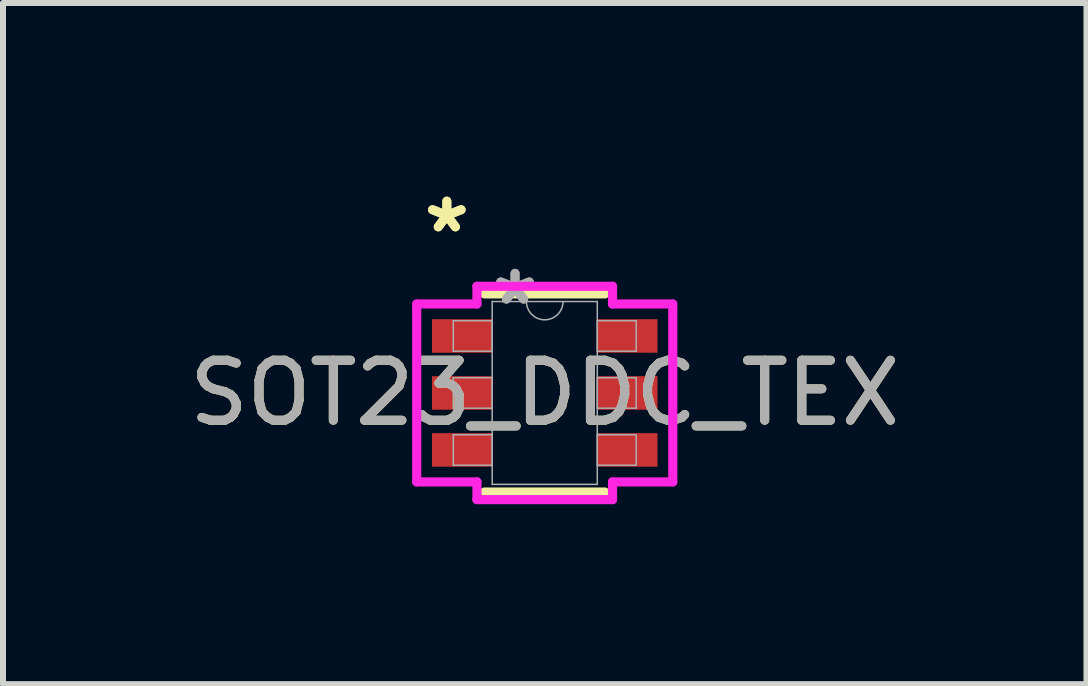
<source format=kicad_pcb>
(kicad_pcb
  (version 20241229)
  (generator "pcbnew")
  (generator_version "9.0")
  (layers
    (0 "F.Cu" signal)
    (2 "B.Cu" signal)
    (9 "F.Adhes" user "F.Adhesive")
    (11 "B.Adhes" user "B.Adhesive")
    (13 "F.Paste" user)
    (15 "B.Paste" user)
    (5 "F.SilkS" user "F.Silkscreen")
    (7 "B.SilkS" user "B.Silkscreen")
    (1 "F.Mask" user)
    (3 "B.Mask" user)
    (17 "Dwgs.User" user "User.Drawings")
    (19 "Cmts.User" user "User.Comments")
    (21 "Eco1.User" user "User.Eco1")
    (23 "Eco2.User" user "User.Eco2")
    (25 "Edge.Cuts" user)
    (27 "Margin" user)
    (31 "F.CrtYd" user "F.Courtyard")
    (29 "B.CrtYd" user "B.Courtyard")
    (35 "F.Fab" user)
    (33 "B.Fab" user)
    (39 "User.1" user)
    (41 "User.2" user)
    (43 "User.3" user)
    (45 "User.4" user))
  (footprint "SOT23_DDC_TEX"
    (layer "F.Cu")
    (at 6.03 3.5)
    (property "Reference" "SOT23_DDC_TEX" (at 0 0 0) (unlocked yes) (layer "F.SilkS") (effects (font (size 1 1) (thickness 0.15))))
    (attr smd)
    (fp_line (start -1.003 1.651) (end 1.003 1.651) (stroke (width 0.152) (type solid)) (layer "F.SilkS"))
    (fp_line (start 1.003 -1.651) (end -1.003 -1.651) (stroke (width 0.152) (type solid)) (layer "F.SilkS"))
    (fp_line (start -2.134 -1.483) (end -1.13 -1.483) (stroke (width 0.152) (type solid)) (layer "F.CrtYd"))
    (fp_line (start -2.134 1.483) (end -2.134 -1.483) (stroke (width 0.152) (type solid)) (layer "F.CrtYd"))
    (fp_line (start -2.134 1.483) (end -1.13 1.483) (stroke (width 0.152) (type solid)) (layer "F.CrtYd"))
    (fp_line (start -1.13 -1.778) (end 1.13 -1.778) (stroke (width 0.152) (type solid)) (layer "F.CrtYd"))
    (fp_line (start -1.13 -1.483) (end -1.13 -1.778) (stroke (width 0.152) (type solid)) (layer "F.CrtYd"))
    (fp_line (start -1.13 1.778) (end -1.13 1.483) (stroke (width 0.152) (type solid)) (layer "F.CrtYd"))
    (fp_line (start 1.13 -1.778) (end 1.13 -1.483) (stroke (width 0.152) (type solid)) (layer "F.CrtYd"))
    (fp_line (start 1.13 1.483) (end 1.13 1.778) (stroke (width 0.152) (type solid)) (layer "F.CrtYd"))
    (fp_line (start 1.13 1.778) (end -1.13 1.778) (stroke (width 0.152) (type solid)) (layer "F.CrtYd"))
    (fp_line (start 2.134 -1.483) (end 1.13 -1.483) (stroke (width 0.152) (type solid)) (layer "F.CrtYd"))
    (fp_line (start 2.134 -1.483) (end 2.134 1.483) (stroke (width 0.152) (type solid)) (layer "F.CrtYd"))
    (fp_line (start 2.134 1.483) (end 1.13 1.483) (stroke (width 0.152) (type solid)) (layer "F.CrtYd"))
    (fp_line (start -1.524 -1.204) (end -1.524 -0.696) (stroke (width 0.025) (type solid)) (layer "F.Fab"))
    (fp_line (start -1.524 -0.696) (end -0.876 -0.696) (stroke (width 0.025) (type solid)) (layer "F.Fab"))
    (fp_line (start -1.524 -0.254) (end -1.524 0.254) (stroke (width 0.025) (type solid)) (layer "F.Fab"))
    (fp_line (start -1.524 0.254) (end -0.876 0.254) (stroke (width 0.025) (type solid)) (layer "F.Fab"))
    (fp_line (start -1.524 0.696) (end -1.524 1.204) (stroke (width 0.025) (type solid)) (layer "F.Fab"))
    (fp_line (start -1.524 1.204) (end -0.876 1.204) (stroke (width 0.025) (type solid)) (layer "F.Fab"))
    (fp_line (start -0.876 -1.524) (end -0.876 1.524) (stroke (width 0.025) (type solid)) (layer "F.Fab"))
    (fp_line (start -0.876 -1.204) (end -1.524 -1.204) (stroke (width 0.025) (type solid)) (layer "F.Fab"))
    (fp_line (start -0.876 -0.696) (end -0.876 -1.204) (stroke (width 0.025) (type solid)) (layer "F.Fab"))
    (fp_line (start -0.876 -0.254) (end -1.524 -0.254) (stroke (width 0.025) (type solid)) (layer "F.Fab"))
    (fp_line (start -0.876 0.254) (end -0.876 -0.254) (stroke (width 0.025) (type solid)) (layer "F.Fab"))
    (fp_line (start -0.876 0.696) (end -1.524 0.696) (stroke (width 0.025) (type solid)) (layer "F.Fab"))
    (fp_line (start -0.876 1.204) (end -0.876 0.696) (stroke (width 0.025) (type solid)) (layer "F.Fab"))
    (fp_line (start -0.876 1.524) (end 0.876 1.524) (stroke (width 0.025) (type solid)) (layer "F.Fab"))
    (fp_line (start 0.876 -1.524) (end -0.876 -1.524) (stroke (width 0.025) (type solid)) (layer "F.Fab"))
    (fp_line (start 0.876 -1.204) (end 0.876 -0.696) (stroke (width 0.025) (type solid)) (layer "F.Fab"))
    (fp_line (start 0.876 -0.696) (end 1.524 -0.696) (stroke (width 0.025) (type solid)) (layer "F.Fab"))
    (fp_line (start 0.876 -0.254) (end 0.876 0.254) (stroke (width 0.025) (type solid)) (layer "F.Fab"))
    (fp_line (start 0.876 0.254) (end 1.524 0.254) (stroke (width 0.025) (type solid)) (layer "F.Fab"))
    (fp_line (start 0.876 0.696) (end 0.876 1.204) (stroke (width 0.025) (type solid)) (layer "F.Fab"))
    (fp_line (start 0.876 1.204) (end 1.524 1.204) (stroke (width 0.025) (type solid)) (layer "F.Fab"))
    (fp_line (start 0.876 1.524) (end 0.876 -1.524) (stroke (width 0.025) (type solid)) (layer "F.Fab"))
    (fp_line (start 1.524 -1.204) (end 0.876 -1.204) (stroke (width 0.025) (type solid)) (layer "F.Fab"))
    (fp_line (start 1.524 -0.696) (end 1.524 -1.204) (stroke (width 0.025) (type solid)) (layer "F.Fab"))
    (fp_line (start 1.524 -0.254) (end 0.876 -0.254) (stroke (width 0.025) (type solid)) (layer "F.Fab"))
    (fp_line (start 1.524 0.254) (end 1.524 -0.254) (stroke (width 0.025) (type solid)) (layer "F.Fab"))
    (fp_line (start 1.524 0.696) (end 0.876 0.696) (stroke (width 0.025) (type solid)) (layer "F.Fab"))
    (fp_line (start 1.524 1.204) (end 1.524 0.696) (stroke (width 0.025) (type solid)) (layer "F.Fab"))
    (fp_arc (start 0.3048 -1.524) (mid 0 -1.2192) (end -0.3048 -1.524) (stroke (width 0.0254) (type solid)) (layer "F.Fab"))
    (fp_text user "*" (at -1.632 -2.652 0) (layer "F.SilkS") (effects (font (size 1 1) (thickness 0.15))))
    (fp_text user "*" (at -1.632 -2.652 0) (unlocked yes) (layer "F.SilkS") (effects (font (size 1 1) (thickness 0.15))))
    (fp_text user "*" (at -0.495 -1.448 0) (layer "F.Fab") (effects (font (size 1 1) (thickness 0.15))))
    (fp_text user "*" (at -0.495 -1.448 0) (unlocked yes) (layer "F.Fab") (effects (font (size 1 1) (thickness 0.15))))
    (fp_text user "${REFERENCE}" (at 0 0 0) (unlocked yes) (layer "F.Fab") (effects (font (size 1 1) (thickness 0.15))))
    (pad "1" smd rect (at -1.378 -0.95) (size 1.003 0.559) (layers "F.Cu" "F.Mask" "F.Paste"))
    (pad "2" smd rect (at -1.378 0) (size 1.003 0.559) (layers "F.Cu" "F.Mask" "F.Paste"))
    (pad "3" smd rect (at -1.378 0.95) (size 1.003 0.559) (layers "F.Cu" "F.Mask" "F.Paste"))
    (pad "4" smd rect (at 1.378 0.95) (size 1.003 0.559) (layers "F.Cu" "F.Mask" "F.Paste"))
    (pad "5" smd rect (at 1.378 0) (size 1.003 0.559) (layers "F.Cu" "F.Mask" "F.Paste"))
    (pad "6" smd rect (at 1.378 -0.95) (size 1.003 0.559) (layers "F.Cu" "F.Mask" "F.Paste")))
  (gr_rect
    (start -3 -3)
    (end 15.06 8.354)
    (stroke (width 0.1) (type default))
    (fill no)
    (layer "Edge.Cuts")))
</source>
